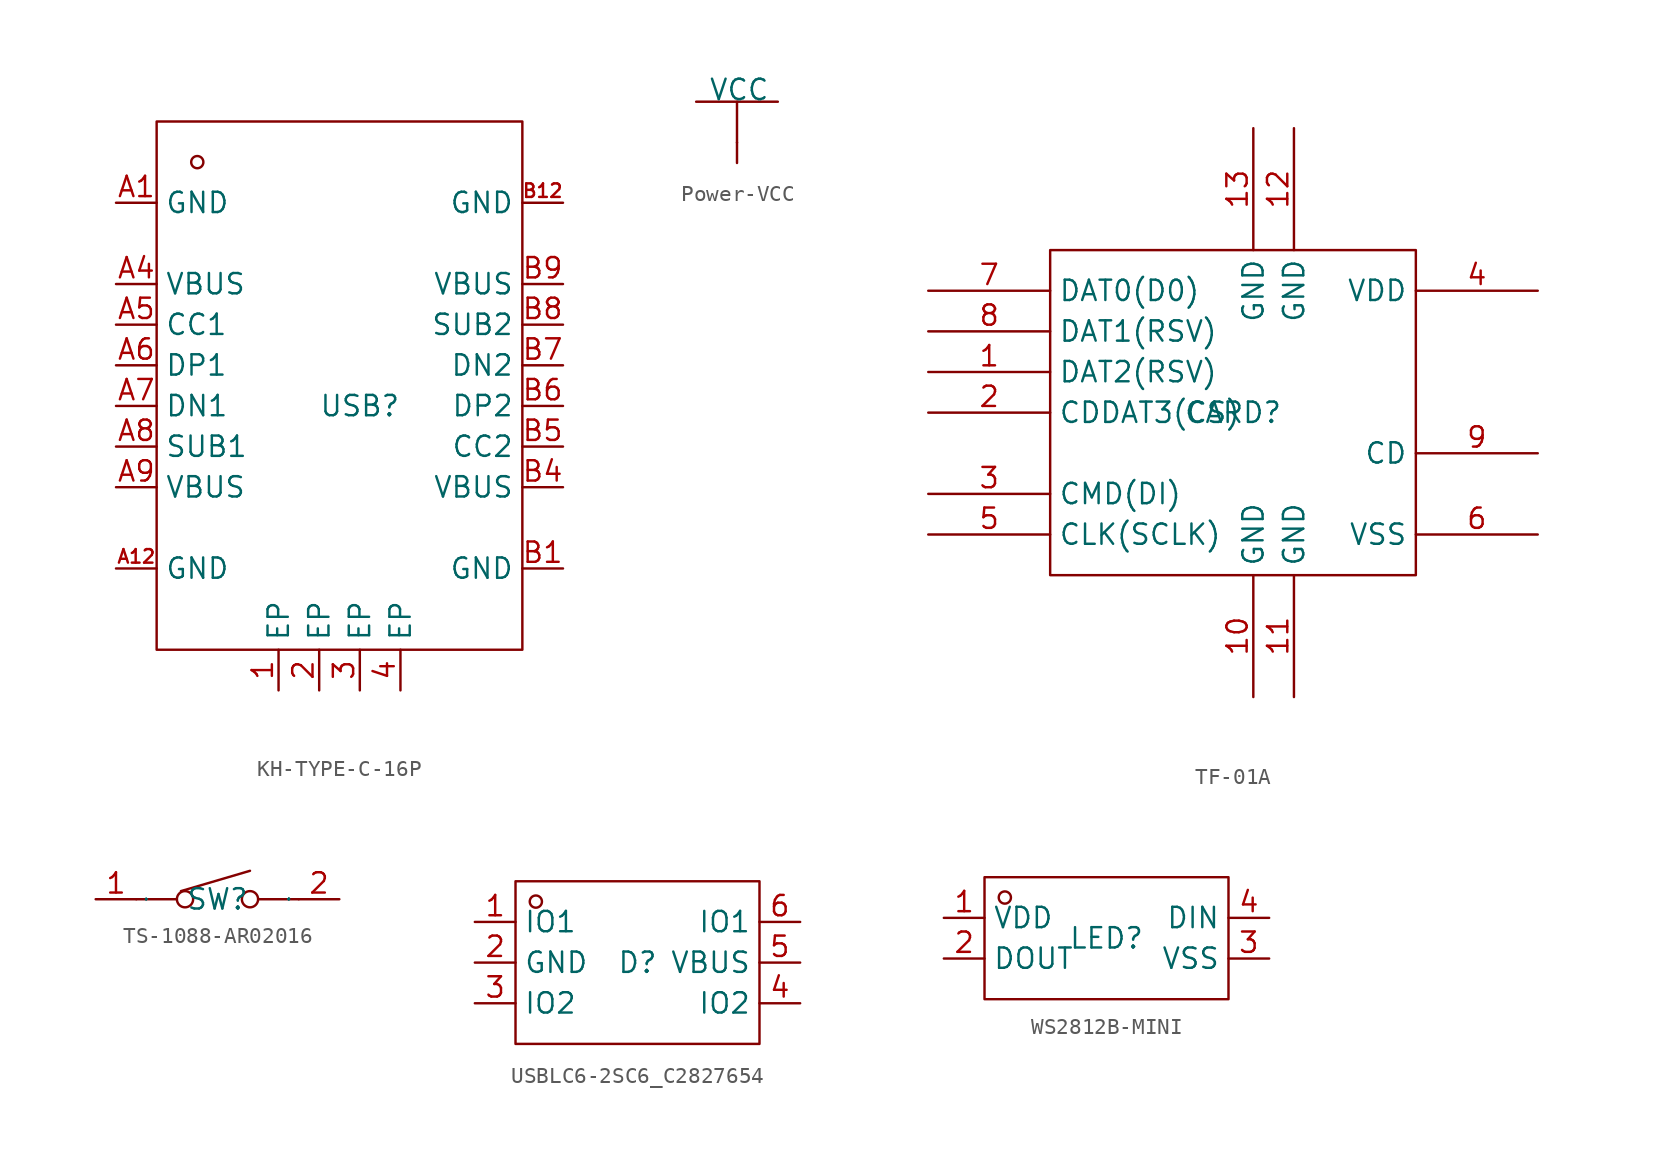
<source format=kicad_sym>
(kicad_symbol_lib
  (version 20241209)
  (generator "kicad_symbol_editor")
  (generator_version "9.0")
  (symbol "KH-TYPE-C-16P"
    (property "Reference" "USB"
      (at 0 0 0)
      (effects (font (size 1.27 1.27))))
    (property "Value" ""
      (at 0 0 0)
      (effects (font (size 1.27 1.27))))
    (symbol "KH-TYPE-C-16P_1_0"
      (rectangle (start -12.7 -15.24) (end 10.16 17.78) (stroke (width 0) (type default)) (fill (type none)))
      (circle (center -10.16 15.24) (radius 0.381) (stroke (width 0) (type default)) (fill (type none)))
      (pin input line (at -15.24 12.7 0) (length 2.54) (name "GND" (effects (font (size 1.27 1.27)))) (number "A1" (effects (font (size 1.27 1.27)))))
      (pin input line (at -15.24 7.62 0) (length 2.54) (name "VBUS" (effects (font (size 1.27 1.27)))) (number "A4" (effects (font (size 1.27 1.27)))))
      (pin input line (at -15.24 5.08 0) (length 2.54) (name "CC1" (effects (font (size 1.27 1.27)))) (number "A5" (effects (font (size 1.27 1.27)))))
      (pin input line (at -15.24 2.54 0) (length 2.54) (name "DP1" (effects (font (size 1.27 1.27)))) (number "A6" (effects (font (size 1.27 1.27)))))
      (pin input line (at -15.24 0 0) (length 2.54) (name "DN1" (effects (font (size 1.27 1.27)))) (number "A7" (effects (font (size 1.27 1.27)))))
      (pin input line (at -15.24 -2.54 0) (length 2.54) (name "SUB1" (effects (font (size 1.27 1.27)))) (number "A8" (effects (font (size 1.27 1.27)))))
      (pin input line (at -15.24 -5.08 0) (length 2.54) (name "VBUS" (effects (font (size 1.27 1.27)))) (number "A9" (effects (font (size 1.27 1.27)))))
      (pin input line (at -15.24 -10.16 0) (length 2.54) (name "GND" (effects (font (size 1.27 1.27)))) (number "A12" (effects (font (size 0.847 0.847)))))
      (pin input line (at -5.08 -17.78 90) (length 2.54) (name "EP" (effects (font (size 1.27 1.27)))) (number "1" (effects (font (size 1.27 1.27)))))
      (pin input line (at -2.54 -17.78 90) (length 2.54) (name "EP" (effects (font (size 1.27 1.27)))) (number "2" (effects (font (size 1.27 1.27)))))
      (pin input line (at 0 -17.78 90) (length 2.54) (name "EP" (effects (font (size 1.27 1.27)))) (number "3" (effects (font (size 1.27 1.27)))))
      (pin input line (at 2.54 -17.78 90) (length 2.54) (name "EP" (effects (font (size 1.27 1.27)))) (number "4" (effects (font (size 1.27 1.27)))))
      (pin input line (at 12.7 12.7 180) (length 2.54) (name "GND" (effects (font (size 1.27 1.27)))) (number "B12" (effects (font (size 0.847 0.847)))))
      (pin input line (at 12.7 7.62 180) (length 2.54) (name "VBUS" (effects (font (size 1.27 1.27)))) (number "B9" (effects (font (size 1.27 1.27)))))
      (pin input line (at 12.7 5.08 180) (length 2.54) (name "SUB2" (effects (font (size 1.27 1.27)))) (number "B8" (effects (font (size 1.27 1.27)))))
      (pin input line (at 12.7 2.54 180) (length 2.54) (name "DN2" (effects (font (size 1.27 1.27)))) (number "B7" (effects (font (size 1.27 1.27)))))
      (pin input line (at 12.7 0 180) (length 2.54) (name "DP2" (effects (font (size 1.27 1.27)))) (number "B6" (effects (font (size 1.27 1.27)))))
      (pin input line (at 12.7 -2.54 180) (length 2.54) (name "CC2" (effects (font (size 1.27 1.27)))) (number "B5" (effects (font (size 1.27 1.27)))))
      (pin input line (at 12.7 -5.08 180) (length 2.54) (name "VBUS" (effects (font (size 1.27 1.27)))) (number "B4" (effects (font (size 1.27 1.27)))))
      (pin input line (at 12.7 -10.16 180) (length 2.54) (name "GND" (effects (font (size 1.27 1.27)))) (number "B1" (effects (font (size 1.27 1.27)))))))
  (symbol "Power-VCC"
    (power)
    (pin_numbers
      (hide yes))
    (pin_names
      (hide yes))
    (property "Reference" "#PWR"
      (at 0 0 0)
      (effects (font (size 1.27 1.27)) (hide yes)))
    (property "Value" "VCC"
      (at -1.778 3.81 0)
      (effects (font (size 1.27 1.27)) (justify left bottom)))
    (symbol "Power-VCC_1_0"
      (polyline (pts (xy -2.54 3.81) (xy 2.54 3.81)) (stroke (width 0) (type default)) (fill (type none)))
      (polyline (pts (xy 0 3.81) (xy 0 1.27)) (stroke (width 0) (type default)) (fill (type none)))
      (pin power_in line (at 0 0 90) (length 1.27) (name "" (effects (font (size 1.27 1.27)))) (number "1" (effects (font (size 0.025 0.025)))))))
  (symbol "TF-01A"
    (property "Reference" "CARD"
      (at 0 0 0)
      (effects (font (size 1.27 1.27))))
    (property "Value" ""
      (at 0 0 0)
      (effects (font (size 1.27 1.27))))
    (symbol "TF-01A_1_0"
      (rectangle (start -11.43 -10.16) (end 11.43 10.16) (stroke (width 0) (type default)) (fill (type none)))
      (pin bidirectional line (at -19.05 7.62 0) (length 7.62) (name "DAT0(D0)" (effects (font (size 1.27 1.27)))) (number "7" (effects (font (size 1.27 1.27)))))
      (pin bidirectional line (at -19.05 5.08 0) (length 7.62) (name "DAT1(RSV)" (effects (font (size 1.27 1.27)))) (number "8" (effects (font (size 1.27 1.27)))))
      (pin bidirectional line (at -19.05 2.54 0) (length 7.62) (name "DAT2(RSV)" (effects (font (size 1.27 1.27)))) (number "1" (effects (font (size 1.27 1.27)))))
      (pin bidirectional line (at -19.05 0 0) (length 7.62) (name "CDDAT3(CS)" (effects (font (size 1.27 1.27)))) (number "2" (effects (font (size 1.27 1.27)))))
      (pin input line (at -19.05 -5.08 0) (length 7.62) (name "CMD(DI)" (effects (font (size 1.27 1.27)))) (number "3" (effects (font (size 1.27 1.27)))))
      (pin input line (at -19.05 -7.62 0) (length 7.62) (name "CLK(SCLK)" (effects (font (size 1.27 1.27)))) (number "5" (effects (font (size 1.27 1.27)))))
      (pin input line (at 1.27 17.78 270) (length 7.62) (name "GND" (effects (font (size 1.27 1.27)))) (number "13" (effects (font (size 1.27 1.27)))))
      (pin input line (at 1.27 -17.78 90) (length 7.62) (name "GND" (effects (font (size 1.27 1.27)))) (number "10" (effects (font (size 1.27 1.27)))))
      (pin input line (at 3.81 17.78 270) (length 7.62) (name "GND" (effects (font (size 1.27 1.27)))) (number "12" (effects (font (size 1.27 1.27)))))
      (pin input line (at 3.81 -17.78 90) (length 7.62) (name "GND" (effects (font (size 1.27 1.27)))) (number "11" (effects (font (size 1.27 1.27)))))
      (pin input line (at 19.05 7.62 180) (length 7.62) (name "VDD" (effects (font (size 1.27 1.27)))) (number "4" (effects (font (size 1.27 1.27)))))
      (pin input line (at 19.05 -2.54 180) (length 7.62) (name "CD" (effects (font (size 1.27 1.27)))) (number "9" (effects (font (size 1.27 1.27)))))
      (pin input line (at 19.05 -7.62 180) (length 7.62) (name "VSS" (effects (font (size 1.27 1.27)))) (number "6" (effects (font (size 1.27 1.27)))))))
  (symbol "TS-1088-AR02016"
    (property "Reference" "SW"
      (at 0 0 0)
      (effects (font (size 1.27 1.27))))
    (property "Value" ""
      (at 0 0 0)
      (effects (font (size 1.27 1.27))))
    (symbol "TS-1088-AR02016_1_0"
      (polyline (pts (xy -5.08 0) (xy -2.54 0)) (stroke (width 0) (type default)) (fill (type none)))
      (polyline (pts (xy -2.286 0.508) (xy 2.032 1.778)) (stroke (width 0) (type default)) (fill (type none)))
      (circle (center -2.032 0) (radius 0.508) (stroke (width 0) (type default)) (fill (type none)))
      (circle (center 2.032 0) (radius 0.508) (stroke (width 0) (type default)) (fill (type none)))
      (polyline (pts (xy 5.08 0) (xy 2.54 0)) (stroke (width 0) (type default)) (fill (type none)))
      (pin input line (at -7.62 0 0) (length 2.54) (name "1" (effects (font (size 0.025 0.025)))) (number "1" (effects (font (size 1.27 1.27)))))
      (pin input line (at 7.62 0 180) (length 2.54) (name "2" (effects (font (size 0.025 0.025)))) (number "2" (effects (font (size 1.27 1.27)))))))
  (symbol "USBLC6-2SC6_C2827654"
    (property "Reference" "D"
      (at 0 0 0)
      (effects (font (size 1.27 1.27))))
    (property "Value" ""
      (at 0 0 0)
      (effects (font (size 1.27 1.27))))
    (symbol "USBLC6-2SC6_C2827654_1_0"
      (rectangle (start -7.62 -5.08) (end 7.62 5.08) (stroke (width 0) (type default)) (fill (type none)))
      (circle (center -6.35 3.81) (radius 0.381) (stroke (width 0) (type default)) (fill (type none)))
      (pin input line (at -10.16 2.54 0) (length 2.54) (name "IO1" (effects (font (size 1.27 1.27)))) (number "1" (effects (font (size 1.27 1.27)))))
      (pin input line (at -10.16 0 0) (length 2.54) (name "GND" (effects (font (size 1.27 1.27)))) (number "2" (effects (font (size 1.27 1.27)))))
      (pin input line (at -10.16 -2.54 0) (length 2.54) (name "IO2" (effects (font (size 1.27 1.27)))) (number "3" (effects (font (size 1.27 1.27)))))
      (pin input line (at 10.16 2.54 180) (length 2.54) (name "IO1" (effects (font (size 1.27 1.27)))) (number "6" (effects (font (size 1.27 1.27)))))
      (pin input line (at 10.16 0 180) (length 2.54) (name "VBUS" (effects (font (size 1.27 1.27)))) (number "5" (effects (font (size 1.27 1.27)))))
      (pin input line (at 10.16 -2.54 180) (length 2.54) (name "IO2" (effects (font (size 1.27 1.27)))) (number "4" (effects (font (size 1.27 1.27)))))))
  (symbol "WS2812B-MINI"
    (property "Reference" "LED"
      (at 0 0 0)
      (effects (font (size 1.27 1.27))))
    (property "Value" ""
      (at 0 0 0)
      (effects (font (size 1.27 1.27))))
    (symbol "WS2812B-MINI_1_0"
      (rectangle (start -7.62 -3.81) (end 7.62 3.81) (stroke (width 0) (type default)) (fill (type none)))
      (circle (center -6.35 2.54) (radius 0.381) (stroke (width 0) (type default)) (fill (type none)))
      (pin input line (at -10.16 1.27 0) (length 2.54) (name "VDD" (effects (font (size 1.27 1.27)))) (number "1" (effects (font (size 1.27 1.27)))))
      (pin input line (at -10.16 -1.27 0) (length 2.54) (name "DOUT" (effects (font (size 1.27 1.27)))) (number "2" (effects (font (size 1.27 1.27)))))
      (pin input line (at 10.16 1.27 180) (length 2.54) (name "DIN" (effects (font (size 1.27 1.27)))) (number "4" (effects (font (size 1.27 1.27)))))
      (pin input line (at 10.16 -1.27 180) (length 2.54) (name "VSS" (effects (font (size 1.27 1.27)))) (number "3" (effects (font (size 1.27 1.27))))))))
</source>
